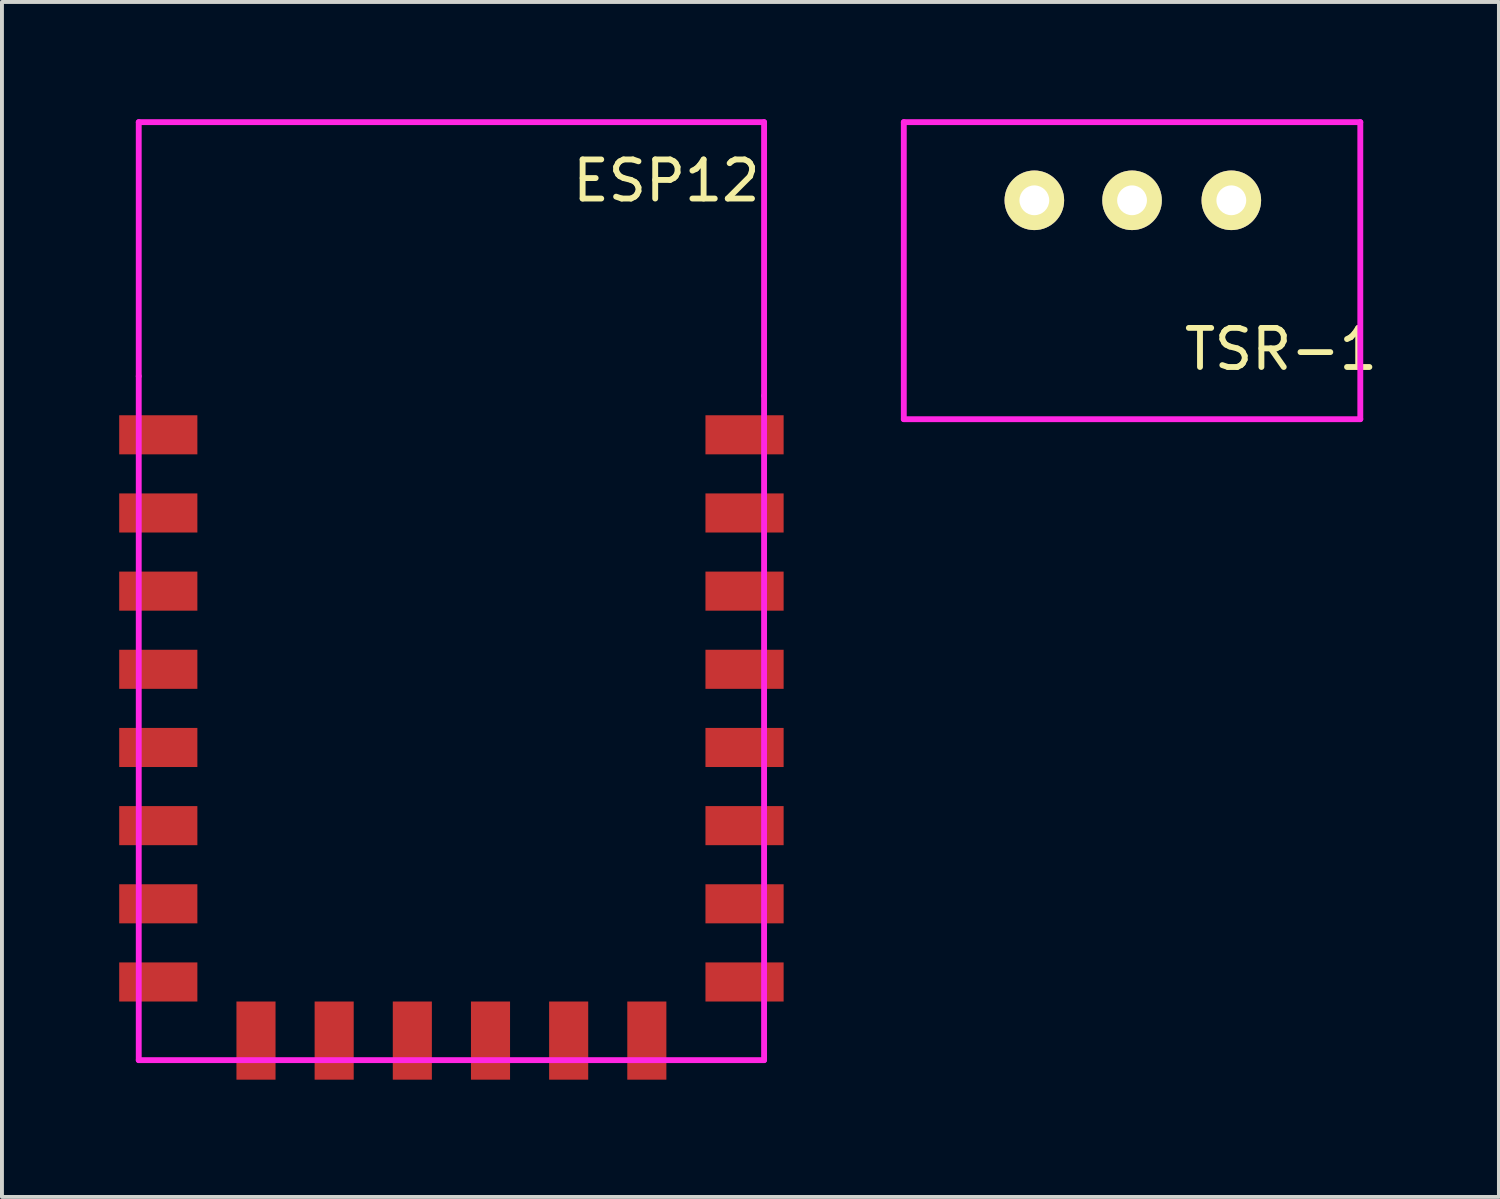
<source format=kicad_pcb>
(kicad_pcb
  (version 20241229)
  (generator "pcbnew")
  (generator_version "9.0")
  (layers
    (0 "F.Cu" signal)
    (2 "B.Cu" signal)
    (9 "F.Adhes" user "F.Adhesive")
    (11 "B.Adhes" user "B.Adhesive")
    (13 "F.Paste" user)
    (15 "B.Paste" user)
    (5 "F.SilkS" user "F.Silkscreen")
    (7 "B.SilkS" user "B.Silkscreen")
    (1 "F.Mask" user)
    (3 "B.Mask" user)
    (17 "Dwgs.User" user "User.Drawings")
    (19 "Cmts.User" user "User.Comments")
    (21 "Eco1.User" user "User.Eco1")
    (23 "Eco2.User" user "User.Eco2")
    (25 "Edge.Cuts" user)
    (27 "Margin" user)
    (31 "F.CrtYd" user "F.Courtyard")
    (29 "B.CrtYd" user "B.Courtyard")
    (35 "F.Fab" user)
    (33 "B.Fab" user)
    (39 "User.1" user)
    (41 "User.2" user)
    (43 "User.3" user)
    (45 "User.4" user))
  (footprint "TSR-1"
    (layer "F.Cu")
    (at 25.915 2.075)
    (property "Reference" "TSR-1" (at 3.81 3.81 0) (layer "F.SilkS") (effects (font (size 1 1) (thickness 0.15))))
    (attr through_hole)
    (fp_line (start -5.84 -2) (end -5.84 5.6) (stroke (width 0.15) (type solid)) (layer "F.CrtYd"))
    (fp_line (start -5.84 -2) (end 5.84 -2) (stroke (width 0.15) (type solid)) (layer "F.CrtYd"))
    (fp_line (start -5.84 5.6) (end 5.84 5.6) (stroke (width 0.15) (type solid)) (layer "F.CrtYd"))
    (fp_line (start 5.84 -2) (end 5.84 5.6) (stroke (width 0.15) (type solid)) (layer "F.CrtYd"))
    (pad "1" thru_hole circle (at -2.5 0) (size 1.524 1.524) (drill 0.762) (layers "*.Cu" "*.Mask" "F.SilkS"))
    (pad "2" thru_hole circle (at 0 0) (size 1.524 1.524) (drill 0.762) (layers "*.Cu" "*.Mask" "F.SilkS"))
    (pad "3" thru_hole circle (at 2.54 0) (size 1.524 1.524) (drill 0.762) (layers "*.Cu" "*.Mask" "F.SilkS")))
  (footprint "ESP12"
    (layer "F.Cu")
    (at 0.5 24.075)
    (property "Reference" "ESP12" (at 13.5 -22.5 0) (layer "F.SilkS") (effects (font (size 1 1) (thickness 0.15))))
    (attr through_hole)
    (fp_line (start 0 -24) (end 16 -24) (stroke (width 0.15) (type solid)) (layer "F.CrtYd"))
    (fp_line (start 0 -17.5) (end 0 -24) (stroke (width 0.15) (type solid)) (layer "F.CrtYd"))
    (fp_line (start 0 -17.5) (end 0 0) (stroke (width 0.15) (type solid)) (layer "F.CrtYd"))
    (fp_line (start 16 -24) (end 16 -17) (stroke (width 0.15) (type solid)) (layer "F.CrtYd"))
    (fp_line (start 16 0) (end 0 0) (stroke (width 0.15) (type solid)) (layer "F.CrtYd"))
    (fp_line (start 16 0) (end 16 -17) (stroke (width 0.15) (type solid)) (layer "F.CrtYd"))
    (pad "1" smd rect (at 0.5 -16) (size 2 1) (layers "F.Cu" "F.Mask" "F.Paste"))
    (pad "2" smd rect (at 0.5 -14) (size 2 1) (layers "F.Cu" "F.Mask" "F.Paste"))
    (pad "3" smd rect (at 0.5 -12) (size 2 1) (layers "F.Cu" "F.Mask" "F.Paste"))
    (pad "4" smd rect (at 0.5 -10) (size 2 1) (layers "F.Cu" "F.Mask" "F.Paste"))
    (pad "5" smd rect (at 0.5 -8) (size 2 1) (layers "F.Cu" "F.Mask" "F.Paste"))
    (pad "6" smd rect (at 0.5 -6) (size 2 1) (layers "F.Cu" "F.Mask" "F.Paste"))
    (pad "7" smd rect (at 0.5 -4) (size 2 1) (layers "F.Cu" "F.Mask" "F.Paste"))
    (pad "8" smd rect (at 0.5 -2) (size 2 1) (layers "F.Cu" "F.Mask" "F.Paste"))
    (pad "9" smd rect (at 3 -0.5 90) (size 2 1) (layers "F.Cu" "F.Mask" "F.Paste"))
    (pad "10" smd rect (at 5 -0.5 90) (size 2 1) (layers "F.Cu" "F.Mask" "F.Paste"))
    (pad "11" smd rect (at 7 -0.5 90) (size 2 1) (layers "F.Cu" "F.Mask" "F.Paste"))
    (pad "12" smd rect (at 9 -0.5 90) (size 2 1) (layers "F.Cu" "F.Mask" "F.Paste"))
    (pad "13" smd rect (at 11 -0.5 90) (size 2 1) (layers "F.Cu" "F.Mask" "F.Paste"))
    (pad "14" smd rect (at 13 -0.5 90) (size 2 1) (layers "F.Cu" "F.Mask" "F.Paste"))
    (pad "15" smd rect (at 15.5 -2) (size 2 1) (layers "F.Cu" "F.Mask" "F.Paste"))
    (pad "16" smd rect (at 15.5 -4) (size 2 1) (layers "F.Cu" "F.Mask" "F.Paste"))
    (pad "17" smd rect (at 15.5 -6) (size 2 1) (layers "F.Cu" "F.Mask" "F.Paste"))
    (pad "18" smd rect (at 15.5 -8) (size 2 1) (layers "F.Cu" "F.Mask" "F.Paste"))
    (pad "19" smd rect (at 15.5 -10) (size 2 1) (layers "F.Cu" "F.Mask" "F.Paste"))
    (pad "20" smd rect (at 15.5 -12) (size 2 1) (layers "F.Cu" "F.Mask" "F.Paste"))
    (pad "21" smd rect (at 15.5 -14) (size 2 1) (layers "F.Cu" "F.Mask" "F.Paste"))
    (pad "22" smd rect (at 15.5 -16) (size 2 1) (layers "F.Cu" "F.Mask" "F.Paste")))
  (gr_rect
    (start -3 -3)
    (end 35.302 27.575)
    (stroke (width 0.1) (type default))
    (fill no)
    (layer "Edge.Cuts")))
</source>
